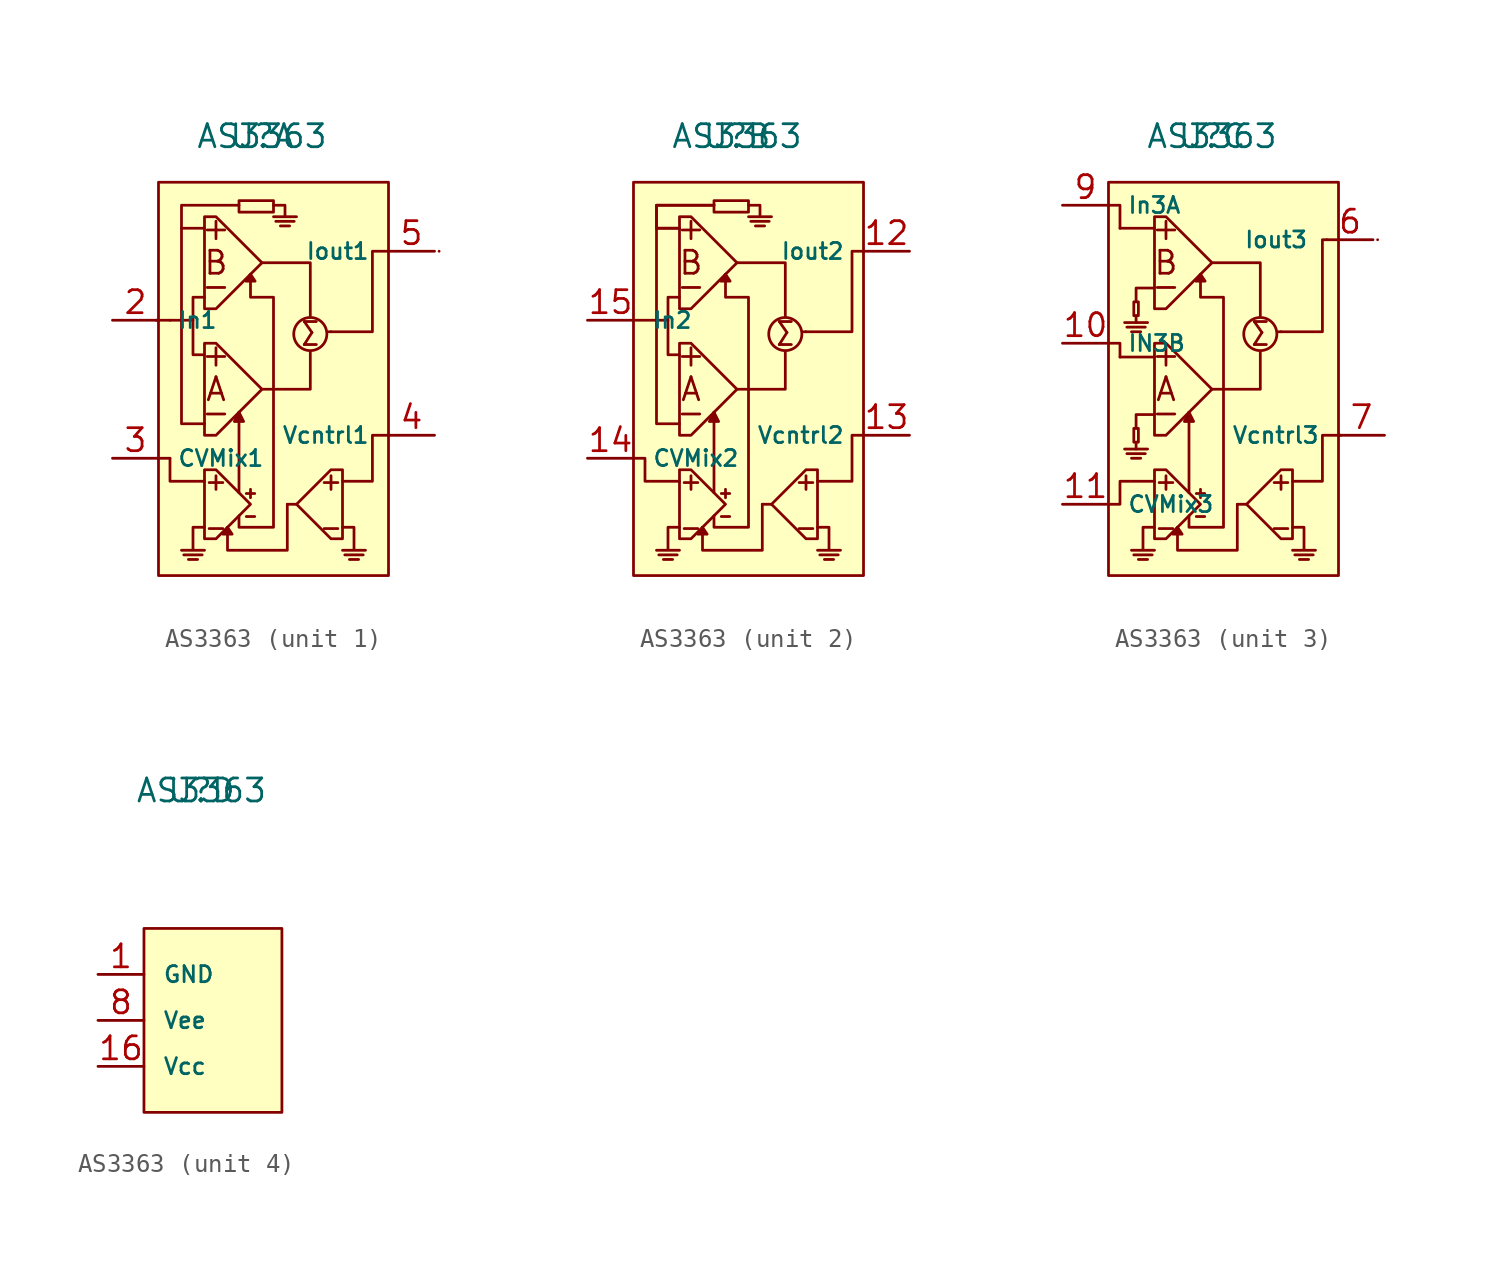
<source format=kicad_sym>
(kicad_symbol_lib
  (version 20211014)
  (generator kicad_symbol_editor)
  (symbol "AS3363"
    (pin_names
      (offset 1.016))
    (property "Reference" "U"
      (at -0.635 12.7 0)
      (effects (font (size 1.27 1.27))))
    (property "Value" "AS3363"
      (at -0.635 12.7 0)
      (effects (font (size 1.27 1.27))))
    (property "ki_locked" ""
      (at 0 0 0)
      (effects (font (size 1.27 1.27))))
    (symbol "AS3363_1_0"
      (rectangle (start -6.35 10.16) (end 6.35 -11.557) (stroke (width 0) (type default) (color 0 0 0 0)) (fill (type background)))
      (polyline (pts (xy -5.715 2.54) (xy -4.445 2.54)) (stroke (width 0) (type default) (color 0 0 0 0)) (fill (type none)))
      (polyline (pts (xy -4.953 -10.414) (xy -3.937 -10.414)) (stroke (width 0) (type default) (color 0 0 0 0)) (fill (type none)))
      (polyline (pts (xy -4.699 -10.668) (xy -4.191 -10.668)) (stroke (width 0) (type default) (color 0 0 0 0)) (fill (type none)))
      (polyline (pts (xy -1.905 -6.985) (xy -1.905 -2.54)) (stroke (width 0) (type default) (color 0 0 0 0)) (fill (type none)))
      (polyline (pts (xy 0.127 8.001) (xy 1.143 8.001)) (stroke (width 0) (type default) (color 0 0 0 0)) (fill (type none)))
      (polyline (pts (xy 0.381 7.747) (xy 0.889 7.747)) (stroke (width 0) (type default) (color 0 0 0 0)) (fill (type none)))
      (polyline (pts (xy 0.762 -7.62) (xy 1.27 -7.62)) (stroke (width 0) (type default) (color 0 0 0 0)) (fill (type none)))
      (polyline (pts (xy 3.175 1.905) (xy 3.048 1.905)) (stroke (width 0) (type default) (color 0 0 0 0)) (fill (type none)))
      (polyline (pts (xy 4.699 -10.668) (xy 4.191 -10.668)) (stroke (width 0) (type default) (color 0 0 0 0)) (fill (type none)))
      (polyline (pts (xy 4.953 -10.414) (xy 3.937 -10.414)) (stroke (width 0) (type default) (color 0 0 0 0)) (fill (type none)))
      (polyline (pts (xy 9.144 6.35) (xy 9.144 6.35)) (stroke (width 0) (type default) (color 0 0 0 0)) (fill (type none)))
      (polyline (pts (xy -5.715 -5.08) (xy -5.715 -6.35) (xy -3.81 -6.35)) (stroke (width 0) (type default) (color 0 0 0 0)) (fill (type none)))
      (polyline (pts (xy -0.635 -1.27) (xy 2.032 -1.27) (xy 2.032 0.762)) (stroke (width 0) (type default) (color 0 0 0 0)) (fill (type none)))
      (polyline (pts (xy -0.635 5.715) (xy 2.032 5.715) (xy 2.032 2.794)) (stroke (width 0) (type default) (color 0 0 0 0)) (fill (type none)))
      (polyline (pts (xy -5.08 7.62) (xy -5.08 -2.54) (xy -5.08 -3.175) (xy -3.81 -3.175)) (stroke (width 0) (type default) (color 0 0 0 0)) (fill (type none)))
      (polyline (pts (xy -3.81 3.81) (xy -4.445 3.81) (xy -4.445 0.635) (xy -3.81 0.635)) (stroke (width 0) (type default) (color 0 0 0 0)) (fill (type none)))
      (polyline (pts (xy -2.54 -8.89) (xy -2.794 -9.271) (xy -2.286 -9.271) (xy -2.54 -8.89)) (stroke (width 0) (type default) (color 0 0 0 0)) (fill (type outline)))
      (polyline (pts (xy -1.905 -2.54) (xy -2.159 -3.048) (xy -1.651 -3.048) (xy -1.905 -2.54)) (stroke (width 0) (type default) (color 0 0 0 0)) (fill (type outline)))
      (polyline (pts (xy -1.905 8.89) (xy -5.08 8.89) (xy -5.08 7.62) (xy -3.81 7.62)) (stroke (width 0) (type default) (color 0 0 0 0)) (fill (type none)))
      (polyline (pts (xy -1.27 5.08) (xy -1.524 4.699) (xy -1.016 4.699) (xy -1.27 5.08)) (stroke (width 0) (type default) (color 0 0 0 0)) (fill (type outline)))
      (polyline (pts (xy 0.762 -7.62) (xy 0.762 -10.16) (xy -2.54 -10.16) (xy -2.54 -8.89)) (stroke (width 0) (type default) (color 0 0 0 0)) (fill (type none)))
      (polyline (pts (xy 6.35 -3.81) (xy 5.461 -3.81) (xy 5.461 -6.35) (xy 3.81 -6.35)) (stroke (width 0) (type default) (color 0 0 0 0)) (fill (type none)))
      (polyline (pts (xy 6.35 6.35) (xy 5.461 6.35) (xy 5.461 1.905) (xy 3.175 1.905)) (stroke (width 0) (type default) (color 0 0 0 0)) (fill (type none)))
      (polyline (pts (xy -5.08 -10.16) (xy -3.81 -10.16) (xy -4.445 -10.16) (xy -4.445 -8.89) (xy -3.81 -8.89)) (stroke (width 0) (type default) (color 0 0 0 0)) (fill (type none)))
      (polyline (pts (xy -1.905 9.144) (xy -1.905 8.509) (xy 0 8.509) (xy 0 9.144) (xy -1.905 9.144)) (stroke (width 0) (type default) (color 0 0 0 0)) (fill (type none)))
      (polyline (pts (xy 0 8.89) (xy 0.635 8.89) (xy 0.635 8.255) (xy 0 8.255) (xy 1.27 8.255)) (stroke (width 0) (type default) (color 0 0 0 0)) (fill (type none)))
      (polyline (pts (xy 5.08 -10.16) (xy 3.81 -10.16) (xy 4.445 -10.16) (xy 4.445 -8.89) (xy 3.81 -8.89)) (stroke (width 0) (type default) (color 0 0 0 0)) (fill (type none)))
      (polyline (pts (xy -3.81 -5.715) (xy -3.81 -9.525) (xy -3.175 -9.525) (xy -1.27 -7.62) (xy -3.175 -5.715) (xy -3.81 -5.715)) (stroke (width 0) (type default) (color 0 0 0 0)) (fill (type none)))
      (polyline (pts (xy -3.81 1.27) (xy -3.81 -3.81) (xy -3.175 -3.81) (xy -0.635 -1.27) (xy -3.175 1.27) (xy -3.81 1.27)) (stroke (width 0) (type default) (color 0 0 0 0)) (fill (type none)))
      (polyline (pts (xy -3.81 8.255) (xy -3.81 3.175) (xy -3.175 3.175) (xy -0.635 5.715) (xy -3.175 8.255) (xy -3.81 8.255)) (stroke (width 0) (type default) (color 0 0 0 0)) (fill (type none)))
      (polyline (pts (xy -1.905 -8.255) (xy -1.905 -8.89) (xy 0 -8.89) (xy 0 3.81) (xy -1.27 3.81) (xy -1.27 5.08)) (stroke (width 0) (type default) (color 0 0 0 0)) (fill (type none)))
      (polyline (pts (xy 3.81 -5.715) (xy 3.81 -9.525) (xy 3.175 -9.525) (xy 1.27 -7.62) (xy 3.175 -5.715) (xy 3.81 -5.715)) (stroke (width 0) (type default) (color 0 0 0 0)) (fill (type none)))
      (circle (center 2.032 1.778) (radius 0.914) (stroke (width 0) (type default) (color 0 0 0 0)) (fill (type none)))
      (text "+" (at -3.175 -6.35 0) (effects (font (size 0.991 0.991))))
      (text "+" (at -3.175 0.635 0) (effects (font (size 1.27 1.27))))
      (text "+" (at -3.175 7.62 0) (effects (font (size 1.27 1.27))))
      (text "+" (at -1.27 -6.985 0) (effects (font (size 0.61 0.61))))
      (text "+" (at 3.175 -6.35 0) (effects (font (size 0.991 0.991))))
      (text "-" (at -3.175 -8.89 0) (effects (font (size 0.991 0.991))))
      (text "-" (at -3.175 -2.54 0) (effects (font (size 1.27 1.27))))
      (text "-" (at -3.175 4.445 0) (effects (font (size 1.27 1.27))))
      (text "-" (at -1.27 -8.255 0) (effects (font (size 0.61 0.61))))
      (text "-" (at 3.175 -8.89 0) (effects (font (size 0.991 0.991))))
      (text "A" (at -3.175 -1.27 0) (effects (font (size 1.27 1.27))))
      (text "B" (at -3.175 5.715 0) (effects (font (size 1.27 1.27))))
      (text "Σ" (at 2.032 1.778 0) (effects (font (size 1.27 1.27)))))
    (symbol "AS3363_1_1"
      (polyline (pts (xy -5.715 -5.08) (xy -6.35 -5.08)) (stroke (width 0) (type default) (color 0 0 0 0)) (fill (type none)))
      (polyline (pts (xy -5.715 2.54) (xy -6.477 2.54)) (stroke (width 0) (type default) (color 0 0 0 0)) (fill (type none)))
      (pin input line (at -8.89 2.54 0) (length 2.54) (name "In1" (effects (font (size 0.889 0.889)))) (number "2" (effects (font (size 1.27 1.27)))))
      (pin input line (at -8.89 -5.08 0) (length 2.54) (name "CVMix1" (effects (font (size 0.889 0.889)))) (number "3" (effects (font (size 1.27 1.27)))))
      (pin input line (at 8.89 -3.81 180) (length 2.54) (name "Vcntrl1" (effects (font (size 0.889 0.889)))) (number "4" (effects (font (size 1.27 1.27)))))
      (pin output line (at 8.89 6.35 180) (length 2.54) (name "Iout1" (effects (font (size 0.889 0.889)))) (number "5" (effects (font (size 1.27 1.27))))))
    (symbol "AS3363_2_1"
      (rectangle (start -6.35 10.16) (end 6.35 -11.557) (stroke (width 0) (type default) (color 0 0 0 0)) (fill (type background)))
      (polyline (pts (xy -4.953 -10.414) (xy -3.937 -10.414)) (stroke (width 0) (type default) (color 0 0 0 0)) (fill (type none)))
      (polyline (pts (xy -4.699 -10.668) (xy -4.191 -10.668)) (stroke (width 0) (type default) (color 0 0 0 0)) (fill (type none)))
      (polyline (pts (xy -1.905 -6.985) (xy -1.905 -2.54)) (stroke (width 0) (type default) (color 0 0 0 0)) (fill (type none)))
      (polyline (pts (xy 0.127 8.001) (xy 1.143 8.001)) (stroke (width 0) (type default) (color 0 0 0 0)) (fill (type none)))
      (polyline (pts (xy 0.381 7.747) (xy 0.889 7.747)) (stroke (width 0) (type default) (color 0 0 0 0)) (fill (type none)))
      (polyline (pts (xy 0.762 -7.62) (xy 1.27 -7.62)) (stroke (width 0) (type default) (color 0 0 0 0)) (fill (type none)))
      (polyline (pts (xy 3.175 1.905) (xy 3.048 1.905)) (stroke (width 0) (type default) (color 0 0 0 0)) (fill (type none)))
      (polyline (pts (xy 4.699 -10.668) (xy 4.191 -10.668)) (stroke (width 0) (type default) (color 0 0 0 0)) (fill (type none)))
      (polyline (pts (xy 4.953 -10.414) (xy 3.937 -10.414)) (stroke (width 0) (type default) (color 0 0 0 0)) (fill (type none)))
      (polyline (pts (xy -5.715 2.54) (xy -6.35 2.54) (xy -4.445 2.54)) (stroke (width 0) (type default) (color 0 0 0 0)) (fill (type none)))
      (polyline (pts (xy -0.635 -1.27) (xy 2.032 -1.27) (xy 2.032 0.762)) (stroke (width 0) (type default) (color 0 0 0 0)) (fill (type none)))
      (polyline (pts (xy -0.635 5.715) (xy 2.032 5.715) (xy 2.032 2.794)) (stroke (width 0) (type default) (color 0 0 0 0)) (fill (type none)))
      (polyline (pts (xy -6.35 -5.08) (xy -5.715 -5.08) (xy -5.715 -6.35) (xy -3.81 -6.35)) (stroke (width 0) (type default) (color 0 0 0 0)) (fill (type none)))
      (polyline (pts (xy -3.81 3.81) (xy -4.445 3.81) (xy -4.445 0.635) (xy -3.81 0.635)) (stroke (width 0) (type default) (color 0 0 0 0)) (fill (type none)))
      (polyline (pts (xy -2.54 -8.89) (xy -2.794 -9.271) (xy -2.286 -9.271) (xy -2.54 -8.89)) (stroke (width 0) (type default) (color 0 0 0 0)) (fill (type outline)))
      (polyline (pts (xy -1.905 -2.54) (xy -2.159 -3.048) (xy -1.651 -3.048) (xy -1.905 -2.54)) (stroke (width 0) (type default) (color 0 0 0 0)) (fill (type outline)))
      (polyline (pts (xy -1.905 8.89) (xy -5.08 8.89) (xy -5.08 7.62) (xy -3.81 7.62)) (stroke (width 0) (type default) (color 0 0 0 0)) (fill (type none)))
      (polyline (pts (xy -1.905 8.89) (xy -5.08 8.89) (xy -5.08 7.62) (xy -3.81 7.62)) (stroke (width 0) (type default) (color 0 0 0 0)) (fill (type none)))
      (polyline (pts (xy -1.27 5.08) (xy -1.524 4.699) (xy -1.016 4.699) (xy -1.27 5.08)) (stroke (width 0) (type default) (color 0 0 0 0)) (fill (type outline)))
      (polyline (pts (xy 0.762 -7.62) (xy 0.762 -10.16) (xy -2.54 -10.16) (xy -2.54 -8.89)) (stroke (width 0) (type default) (color 0 0 0 0)) (fill (type none)))
      (polyline (pts (xy 6.35 -3.81) (xy 5.715 -3.81) (xy 5.715 -6.35) (xy 3.81 -6.35)) (stroke (width 0) (type default) (color 0 0 0 0)) (fill (type none)))
      (polyline (pts (xy 6.35 6.35) (xy 5.715 6.35) (xy 5.715 1.905) (xy 3.175 1.905)) (stroke (width 0) (type default) (color 0 0 0 0)) (fill (type none)))
      (polyline (pts (xy -5.08 -10.16) (xy -3.81 -10.16) (xy -4.445 -10.16) (xy -4.445 -8.89) (xy -3.81 -8.89)) (stroke (width 0) (type default) (color 0 0 0 0)) (fill (type none)))
      (polyline (pts (xy -5.08 7.62) (xy -5.08 2.54) (xy -5.08 -2.54) (xy -5.08 -3.175) (xy -3.81 -3.175)) (stroke (width 0) (type default) (color 0 0 0 0)) (fill (type none)))
      (polyline (pts (xy -1.905 9.144) (xy -1.905 8.509) (xy 0 8.509) (xy 0 9.144) (xy -1.905 9.144)) (stroke (width 0) (type default) (color 0 0 0 0)) (fill (type none)))
      (polyline (pts (xy 0 8.89) (xy 0.635 8.89) (xy 0.635 8.255) (xy 0 8.255) (xy 1.27 8.255)) (stroke (width 0) (type default) (color 0 0 0 0)) (fill (type none)))
      (polyline (pts (xy 5.08 -10.16) (xy 3.81 -10.16) (xy 4.445 -10.16) (xy 4.445 -8.89) (xy 3.81 -8.89)) (stroke (width 0) (type default) (color 0 0 0 0)) (fill (type none)))
      (polyline (pts (xy -3.81 -5.715) (xy -3.81 -9.525) (xy -3.175 -9.525) (xy -1.27 -7.62) (xy -3.175 -5.715) (xy -3.81 -5.715)) (stroke (width 0) (type default) (color 0 0 0 0)) (fill (type none)))
      (polyline (pts (xy -3.81 1.27) (xy -3.81 -3.81) (xy -3.175 -3.81) (xy -0.635 -1.27) (xy -3.175 1.27) (xy -3.81 1.27)) (stroke (width 0) (type default) (color 0 0 0 0)) (fill (type none)))
      (polyline (pts (xy -3.81 8.255) (xy -3.81 3.175) (xy -3.175 3.175) (xy -0.635 5.715) (xy -3.175 8.255) (xy -3.81 8.255)) (stroke (width 0) (type default) (color 0 0 0 0)) (fill (type none)))
      (polyline (pts (xy -1.905 -8.255) (xy -1.905 -8.89) (xy 0 -8.89) (xy 0 3.81) (xy -1.27 3.81) (xy -1.27 5.08)) (stroke (width 0) (type default) (color 0 0 0 0)) (fill (type none)))
      (polyline (pts (xy 3.81 -5.715) (xy 3.81 -9.525) (xy 3.175 -9.525) (xy 1.27 -7.62) (xy 3.175 -5.715) (xy 3.81 -5.715)) (stroke (width 0) (type default) (color 0 0 0 0)) (fill (type none)))
      (circle (center 2.032 1.778) (radius 0.914) (stroke (width 0) (type default) (color 0 0 0 0)) (fill (type none)))
      (text "+" (at -3.175 -6.35 0) (effects (font (size 0.991 0.991))))
      (text "+" (at -3.175 0.635 0) (effects (font (size 1.27 1.27))))
      (text "+" (at -3.175 7.62 0) (effects (font (size 1.27 1.27))))
      (text "+" (at -1.27 -6.985 0) (effects (font (size 0.61 0.61))))
      (text "+" (at 3.175 -6.35 0) (effects (font (size 0.991 0.991))))
      (text "-" (at -3.175 -8.89 0) (effects (font (size 0.991 0.991))))
      (text "-" (at -3.175 -2.54 0) (effects (font (size 1.27 1.27))))
      (text "-" (at -3.175 4.445 0) (effects (font (size 1.27 1.27))))
      (text "-" (at -1.27 -8.255 0) (effects (font (size 0.61 0.61))))
      (text "-" (at 3.175 -8.89 0) (effects (font (size 0.991 0.991))))
      (text "A" (at -3.175 -1.27 0) (effects (font (size 1.27 1.27))))
      (text "B" (at -3.175 5.715 0) (effects (font (size 1.27 1.27))))
      (text "Σ" (at 2.032 1.778 0) (effects (font (size 1.27 1.27))))
      (pin output line (at 8.89 6.35 180) (length 2.54) (name "Iout2" (effects (font (size 0.889 0.889)))) (number "12" (effects (font (size 1.27 1.27)))))
      (pin input line (at 8.89 -3.81 180) (length 2.54) (name "Vcntrl2" (effects (font (size 0.889 0.889)))) (number "13" (effects (font (size 1.27 1.27)))))
      (pin input line (at -8.89 -5.08 0) (length 2.54) (name "CVMix2" (effects (font (size 0.889 0.889)))) (number "14" (effects (font (size 1.27 1.27)))))
      (pin input line (at -8.89 2.54 0) (length 2.54) (name "In2" (effects (font (size 0.889 0.889)))) (number "15" (effects (font (size 1.27 1.27))))))
    (symbol "AS3363_3_0"
      (rectangle (start -4.953 -4.191) (end -4.699 -3.429) (stroke (width 0) (type default) (color 0 0 0 0)) (fill (type none)))
      (rectangle (start -4.953 2.794) (end -4.699 3.556) (stroke (width 0) (type default) (color 0 0 0 0)) (fill (type none)))
      (polyline (pts (xy -5.715 0.508) (xy -3.81 0.508)) (stroke (width 0) (type default) (color 0 0 0 0)) (fill (type none)))
      (polyline (pts (xy -5.715 7.62) (xy -3.81 7.62)) (stroke (width 0) (type default) (color 0 0 0 0)) (fill (type none)))
      (polyline (pts (xy -5.461 -4.572) (xy -4.191 -4.572)) (stroke (width 0) (type default) (color 0 0 0 0)) (fill (type none)))
      (polyline (pts (xy -5.461 2.413) (xy -4.191 2.413)) (stroke (width 0) (type default) (color 0 0 0 0)) (fill (type none)))
      (polyline (pts (xy -4.826 -4.191) (xy -4.826 -4.572)) (stroke (width 0) (type default) (color 0 0 0 0)) (fill (type none)))
      (polyline (pts (xy -4.826 2.794) (xy -4.826 2.413)) (stroke (width 0) (type default) (color 0 0 0 0)) (fill (type none)))
      (polyline (pts (xy -4.826 -3.429) (xy -4.826 -2.667) (xy -3.81 -2.667)) (stroke (width 0) (type default) (color 0 0 0 0)) (fill (type none)))
      (polyline (pts (xy -4.826 3.556) (xy -4.826 4.318) (xy -3.81 4.318)) (stroke (width 0) (type default) (color 0 0 0 0)) (fill (type none)))
      (polyline (pts (xy -6.35 -7.62) (xy -5.715 -7.62) (xy -5.715 -6.35) (xy -3.81 -6.35)) (stroke (width 0) (type default) (color 0 0 0 0)) (fill (type none))))
    (symbol "AS3363_3_1"
      (rectangle (start -6.35 10.16) (end 6.35 -11.557) (stroke (width 0) (type default) (color 0 0 0 0)) (fill (type background)))
      (polyline (pts (xy -5.334 -4.826) (xy -4.318 -4.826)) (stroke (width 0) (type default) (color 0 0 0 0)) (fill (type none)))
      (polyline (pts (xy -5.334 2.159) (xy -4.318 2.159)) (stroke (width 0) (type default) (color 0 0 0 0)) (fill (type none)))
      (polyline (pts (xy -5.08 -5.08) (xy -4.572 -5.08)) (stroke (width 0) (type default) (color 0 0 0 0)) (fill (type none)))
      (polyline (pts (xy -5.08 1.905) (xy -4.572 1.905)) (stroke (width 0) (type default) (color 0 0 0 0)) (fill (type none)))
      (polyline (pts (xy -4.953 -10.414) (xy -3.937 -10.414)) (stroke (width 0) (type default) (color 0 0 0 0)) (fill (type none)))
      (polyline (pts (xy -4.699 -10.668) (xy -4.191 -10.668)) (stroke (width 0) (type default) (color 0 0 0 0)) (fill (type none)))
      (polyline (pts (xy -1.905 -6.985) (xy -1.905 -2.54)) (stroke (width 0) (type default) (color 0 0 0 0)) (fill (type none)))
      (polyline (pts (xy 0.762 -7.62) (xy 1.27 -7.62)) (stroke (width 0) (type default) (color 0 0 0 0)) (fill (type none)))
      (polyline (pts (xy 3.175 1.905) (xy 3.048 1.905)) (stroke (width 0) (type default) (color 0 0 0 0)) (fill (type none)))
      (polyline (pts (xy 4.699 -10.668) (xy 4.191 -10.668)) (stroke (width 0) (type default) (color 0 0 0 0)) (fill (type none)))
      (polyline (pts (xy 4.953 -10.414) (xy 3.937 -10.414)) (stroke (width 0) (type default) (color 0 0 0 0)) (fill (type none)))
      (polyline (pts (xy 8.509 6.985) (xy 8.509 6.985)) (stroke (width 0) (type default) (color 0 0 0 0)) (fill (type none)))
      (polyline (pts (xy -5.715 0.508) (xy -5.715 1.27) (xy -6.35 1.27)) (stroke (width 0) (type default) (color 0 0 0 0)) (fill (type none)))
      (polyline (pts (xy -5.715 7.62) (xy -5.715 8.89) (xy -6.35 8.89)) (stroke (width 0) (type default) (color 0 0 0 0)) (fill (type none)))
      (polyline (pts (xy -0.635 -1.27) (xy 2.032 -1.27) (xy 2.032 0.762)) (stroke (width 0) (type default) (color 0 0 0 0)) (fill (type none)))
      (polyline (pts (xy -0.635 5.715) (xy 2.032 5.715) (xy 2.032 2.794)) (stroke (width 0) (type default) (color 0 0 0 0)) (fill (type none)))
      (polyline (pts (xy -2.54 -8.89) (xy -2.794 -9.271) (xy -2.286 -9.271) (xy -2.54 -8.89)) (stroke (width 0) (type default) (color 0 0 0 0)) (fill (type outline)))
      (polyline (pts (xy -1.905 -2.54) (xy -2.159 -3.048) (xy -1.651 -3.048) (xy -1.905 -2.54)) (stroke (width 0) (type default) (color 0 0 0 0)) (fill (type outline)))
      (polyline (pts (xy -1.27 5.08) (xy -1.524 4.699) (xy -1.016 4.699) (xy -1.27 5.08)) (stroke (width 0) (type default) (color 0 0 0 0)) (fill (type outline)))
      (polyline (pts (xy 0.762 -7.62) (xy 0.762 -10.16) (xy -2.54 -10.16) (xy -2.54 -8.89)) (stroke (width 0) (type default) (color 0 0 0 0)) (fill (type none)))
      (polyline (pts (xy 5.715 6.985) (xy 5.461 6.985) (xy 5.461 1.905) (xy 3.175 1.905)) (stroke (width 0) (type default) (color 0 0 0 0)) (fill (type none)))
      (polyline (pts (xy 6.477 -3.81) (xy 5.461 -3.81) (xy 5.461 -6.35) (xy 3.81 -6.35)) (stroke (width 0) (type default) (color 0 0 0 0)) (fill (type none)))
      (polyline (pts (xy -5.08 -10.16) (xy -3.81 -10.16) (xy -4.445 -10.16) (xy -4.445 -8.89) (xy -3.81 -8.89)) (stroke (width 0) (type default) (color 0 0 0 0)) (fill (type none)))
      (polyline (pts (xy 5.08 -10.16) (xy 3.81 -10.16) (xy 4.445 -10.16) (xy 4.445 -8.89) (xy 3.81 -8.89)) (stroke (width 0) (type default) (color 0 0 0 0)) (fill (type none)))
      (polyline (pts (xy -3.81 -5.715) (xy -3.81 -9.525) (xy -3.175 -9.525) (xy -1.27 -7.62) (xy -3.175 -5.715) (xy -3.81 -5.715)) (stroke (width 0) (type default) (color 0 0 0 0)) (fill (type none)))
      (polyline (pts (xy -3.81 1.27) (xy -3.81 -3.81) (xy -3.175 -3.81) (xy -0.635 -1.27) (xy -3.175 1.27) (xy -3.81 1.27)) (stroke (width 0) (type default) (color 0 0 0 0)) (fill (type none)))
      (polyline (pts (xy -3.81 8.255) (xy -3.81 3.175) (xy -3.175 3.175) (xy -0.635 5.715) (xy -3.175 8.255) (xy -3.81 8.255)) (stroke (width 0) (type default) (color 0 0 0 0)) (fill (type none)))
      (polyline (pts (xy -1.905 -8.255) (xy -1.905 -8.89) (xy 0 -8.89) (xy 0 3.81) (xy -1.27 3.81) (xy -1.27 5.08)) (stroke (width 0) (type default) (color 0 0 0 0)) (fill (type none)))
      (polyline (pts (xy 3.81 -5.715) (xy 3.81 -9.525) (xy 3.175 -9.525) (xy 1.27 -7.62) (xy 3.175 -5.715) (xy 3.81 -5.715)) (stroke (width 0) (type default) (color 0 0 0 0)) (fill (type none)))
      (circle (center 2.032 1.778) (radius 0.914) (stroke (width 0) (type default) (color 0 0 0 0)) (fill (type none)))
      (text "+" (at -3.175 -6.35 0) (effects (font (size 0.991 0.991))))
      (text "+" (at -3.175 0.635 0) (effects (font (size 1.27 1.27))))
      (text "+" (at -3.175 7.62 0) (effects (font (size 1.27 1.27))))
      (text "+" (at -1.27 -6.985 0) (effects (font (size 0.61 0.61))))
      (text "+" (at 3.175 -6.35 0) (effects (font (size 0.991 0.991))))
      (text "-" (at -3.175 -8.89 0) (effects (font (size 0.991 0.991))))
      (text "-" (at -3.175 -2.54 0) (effects (font (size 1.27 1.27))))
      (text "-" (at -3.175 4.445 0) (effects (font (size 1.27 1.27))))
      (text "-" (at -1.27 -8.255 0) (effects (font (size 0.61 0.61))))
      (text "-" (at 3.175 -8.89 0) (effects (font (size 0.991 0.991))))
      (text "A" (at -3.175 -1.27 0) (effects (font (size 1.27 1.27))))
      (text "B" (at -3.175 5.715 0) (effects (font (size 1.27 1.27))))
      (text "Σ" (at 2.032 1.778 0) (effects (font (size 1.27 1.27))))
      (pin input line (at -8.89 1.27 0) (length 2.54) (name "IN3B" (effects (font (size 0.889 0.889)))) (number "10" (effects (font (size 1.27 1.27)))))
      (pin input line (at -8.89 -7.62 0) (length 2.54) (name "CVMix3" (effects (font (size 0.889 0.889)))) (number "11" (effects (font (size 1.27 1.27)))))
      (pin output line (at 8.255 6.985 180) (length 2.54) (name "Iout3" (effects (font (size 0.889 0.889)))) (number "6" (effects (font (size 1.27 1.27)))))
      (pin input line (at 8.89 -3.81 180) (length 2.54) (name "Vcntrl3" (effects (font (size 0.889 0.889)))) (number "7" (effects (font (size 1.27 1.27)))))
      (pin input line (at -8.89 8.89 0) (length 2.54) (name "In3A" (effects (font (size 0.889 0.889)))) (number "9" (effects (font (size 1.27 1.27))))))
    (symbol "AS3363_4_1"
      (rectangle (start -3.81 5.08) (end 3.81 -5.08) (stroke (width 0) (type default) (color 0 0 0 0)) (fill (type background)))
      (pin power_in line (at -6.35 2.54 0) (length 2.54) (name "GND" (effects (font (size 0.889 0.889)))) (number "1" (effects (font (size 1.27 1.27)))))
      (pin power_in line (at -6.35 -2.54 0) (length 2.54) (name "Vcc" (effects (font (size 0.889 0.889)))) (number "16" (effects (font (size 1.27 1.27)))))
      (pin power_in line (at -6.35 0 0) (length 2.54) (name "Vee" (effects (font (size 0.889 0.889)))) (number "8" (effects (font (size 1.27 1.27))))))))
</source>
